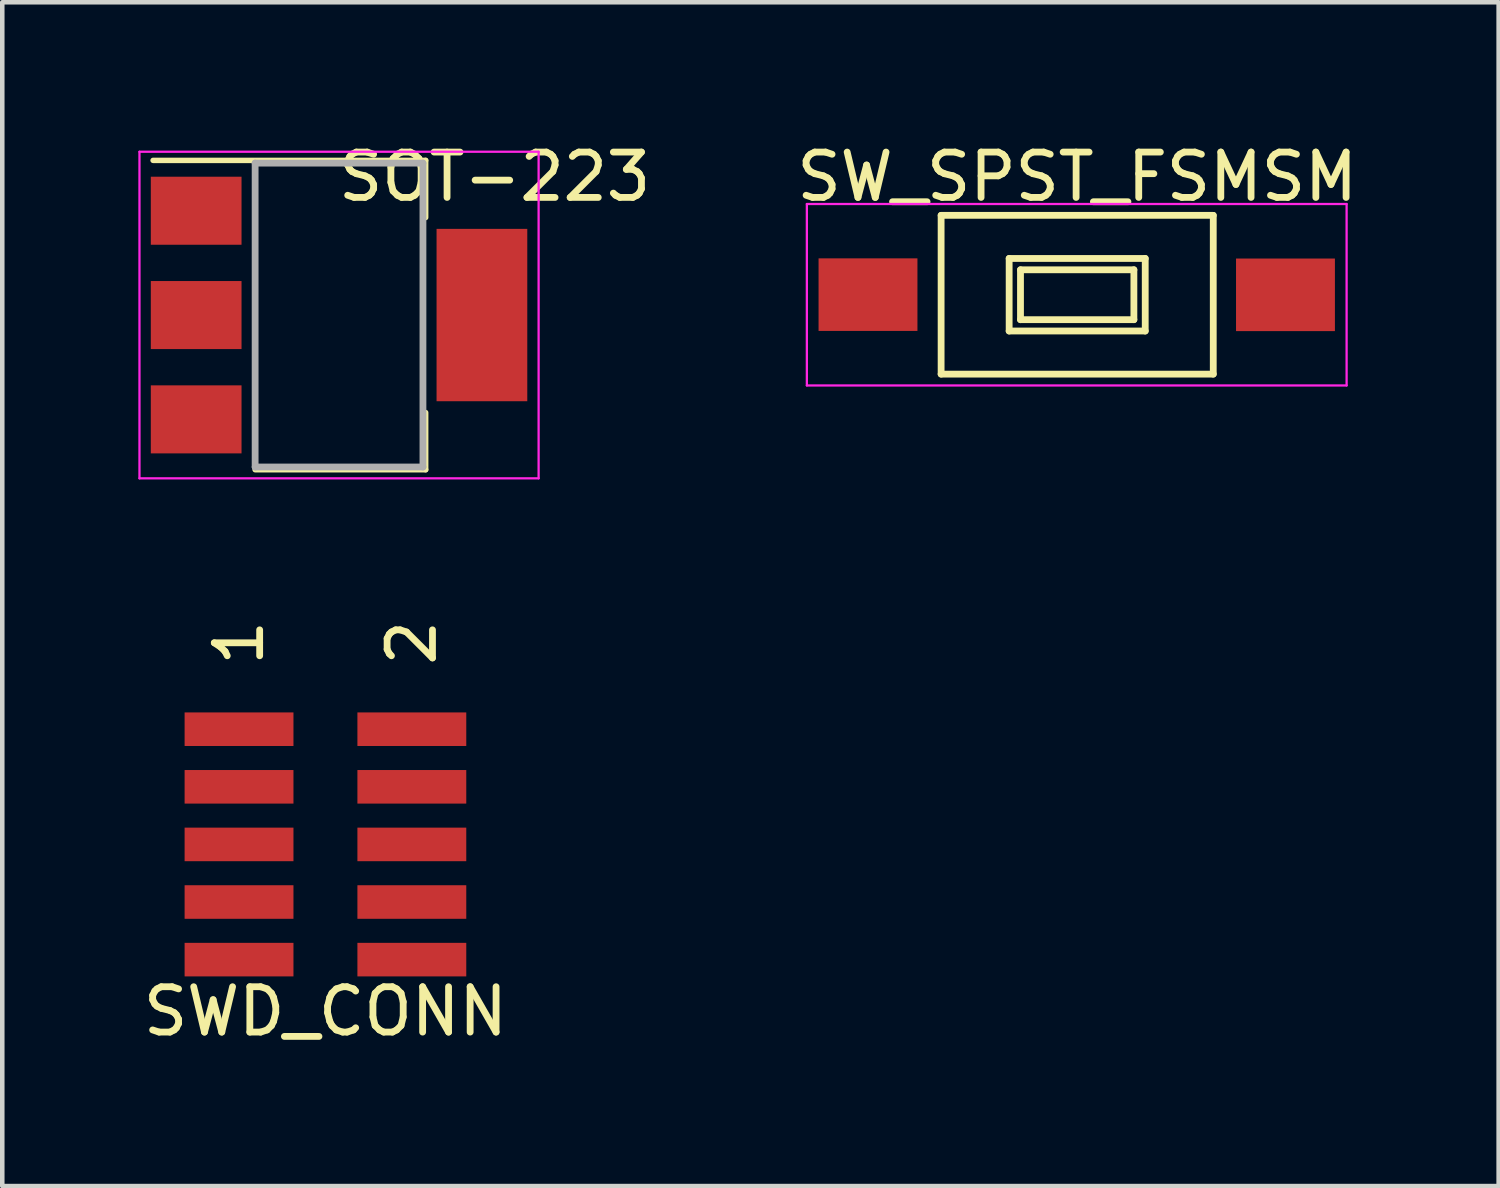
<source format=kicad_pcb>
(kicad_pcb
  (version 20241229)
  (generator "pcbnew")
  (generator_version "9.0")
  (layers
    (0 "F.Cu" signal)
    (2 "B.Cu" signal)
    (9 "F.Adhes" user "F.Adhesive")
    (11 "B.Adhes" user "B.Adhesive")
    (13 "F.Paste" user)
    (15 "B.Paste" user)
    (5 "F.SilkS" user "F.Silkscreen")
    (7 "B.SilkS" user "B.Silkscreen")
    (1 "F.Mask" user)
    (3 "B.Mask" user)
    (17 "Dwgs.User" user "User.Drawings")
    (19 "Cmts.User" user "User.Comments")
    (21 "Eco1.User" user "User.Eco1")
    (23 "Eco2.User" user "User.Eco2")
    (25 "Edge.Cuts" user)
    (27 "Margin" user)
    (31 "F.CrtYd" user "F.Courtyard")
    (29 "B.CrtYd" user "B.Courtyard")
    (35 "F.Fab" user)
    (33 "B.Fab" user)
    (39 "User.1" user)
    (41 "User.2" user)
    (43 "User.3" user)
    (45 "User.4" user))
  (footprint "SW_SPST_FSMSM"
    (layer "F.Cu")
    (at 20.689 3.448)
    (property "Reference" "SW_SPST_FSMSM" (at 0.01 -2.6 0) (layer "F.SilkS") (effects (font (size 1 1) (thickness 0.15))))
    (attr smd)
    (fp_line (start -2.99 -1.75) (end -2.99 1.75) (stroke (width 0.15) (type solid)) (layer "F.SilkS"))
    (fp_line (start -2.99 -1.75) (end 3.01 -1.75) (stroke (width 0.15) (type solid)) (layer "F.SilkS"))
    (fp_line (start -2.99 1.75) (end 3.01 1.75) (stroke (width 0.15) (type solid)) (layer "F.SilkS"))
    (fp_line (start -1.49 -0.8) (end -1.49 0.8) (stroke (width 0.15) (type solid)) (layer "F.SilkS"))
    (fp_line (start -1.49 -0.8) (end 1.51 -0.8) (stroke (width 0.15) (type solid)) (layer "F.SilkS"))
    (fp_line (start -1.49 0.8) (end 1.51 0.8) (stroke (width 0.15) (type solid)) (layer "F.SilkS"))
    (fp_line (start -1.24 -0.55) (end 1.26 -0.55) (stroke (width 0.15) (type solid)) (layer "F.SilkS"))
    (fp_line (start -1.24 0.55) (end -1.24 -0.55) (stroke (width 0.15) (type solid)) (layer "F.SilkS"))
    (fp_line (start 1.26 -0.55) (end 1.26 0.55) (stroke (width 0.15) (type solid)) (layer "F.SilkS"))
    (fp_line (start 1.26 0.55) (end -1.24 0.55) (stroke (width 0.15) (type solid)) (layer "F.SilkS"))
    (fp_line (start 1.51 -0.8) (end 1.51 0.8) (stroke (width 0.15) (type solid)) (layer "F.SilkS"))
    (fp_line (start 3.01 -1.75) (end 3.01 1.75) (stroke (width 0.15) (type solid)) (layer "F.SilkS"))
    (fp_line (start -5.95 -2) (end -5.95 2) (stroke (width 0.05) (type solid)) (layer "F.CrtYd"))
    (fp_line (start -5.95 -2) (end 5.95 -2) (stroke (width 0.05) (type solid)) (layer "F.CrtYd"))
    (fp_line (start -5.95 2) (end 5.95 2) (stroke (width 0.05) (type solid)) (layer "F.CrtYd"))
    (fp_line (start 5.95 -2) (end 5.95 2) (stroke (width 0.05) (type solid)) (layer "F.CrtYd"))
    (pad "1" smd rect (at -4.602 -0.002) (size 2.18 1.6) (layers "F.Cu" "F.Mask" "F.Paste"))
    (pad "2" smd rect (at 4.602 0.002) (size 2.18 1.6) (layers "F.Cu" "F.Mask" "F.Paste")))
  (footprint "SWD_CONN"
    (layer "F.Cu")
    (at 4.125 15.567)
    (property "Reference" "SWD_CONN" (at 0 3.683 0) (layer "F.SilkS") (effects (font (size 1 1) (thickness 0.15))))
    (attr smd)
    (fp_text user "2" (at 1.905 -4.445 90) (layer "F.SilkS") (effects (font (size 1 1) (thickness 0.15))))
    (fp_text user "1" (at -1.905 -4.445 90) (layer "F.SilkS") (effects (font (size 1 1) (thickness 0.15))))
    (pad "1" smd rect (at -1.905 -2.54) (size 2.4 0.74) (layers "F.Cu" "F.Mask" "F.Paste"))
    (pad "2" smd rect (at 1.905 -2.54) (size 2.4 0.74) (layers "F.Cu" "F.Mask" "F.Paste"))
    (pad "3" smd rect (at -1.905 -1.27) (size 2.4 0.74) (layers "F.Cu" "F.Mask" "F.Paste"))
    (pad "4" smd rect (at 1.905 -1.27) (size 2.4 0.74) (layers "F.Cu" "F.Mask" "F.Paste"))
    (pad "5" smd rect (at -1.905 0) (size 2.4 0.74) (layers "F.Cu" "F.Mask" "F.Paste"))
    (pad "6" smd rect (at 1.905 0) (size 2.4 0.74) (layers "F.Cu" "F.Mask" "F.Paste"))
    (pad "7" smd rect (at -1.905 1.27) (size 2.4 0.74) (layers "F.Cu" "F.Mask" "F.Paste"))
    (pad "8" smd rect (at 1.905 1.27) (size 2.4 0.74) (layers "F.Cu" "F.Mask" "F.Paste"))
    (pad "9" smd rect (at -1.905 2.54) (size 2.4 0.74) (layers "F.Cu" "F.Mask" "F.Paste"))
    (pad "10" smd rect (at 1.905 2.54) (size 2.4 0.74) (layers "F.Cu" "F.Mask" "F.Paste")))
  (footprint "SOT-223"
    (layer "F.Cu")
    (at 4.425 3.896)
    (property "Reference" "SOT-223" (at 3.429 -3.048 0) (layer "F.SilkS") (effects (font (size 1 1) (thickness 0.15))))
    (attr smd)
    (fp_line (start -4.1 -3.41) (end 1.91 -3.41) (stroke (width 0.12) (type solid)) (layer "F.SilkS"))
    (fp_line (start -1.85 3.41) (end 1.91 3.41) (stroke (width 0.12) (type solid)) (layer "F.SilkS"))
    (fp_line (start 1.91 -3.41) (end 1.91 -2.15) (stroke (width 0.12) (type solid)) (layer "F.SilkS"))
    (fp_line (start 1.91 3.41) (end 1.91 2.15) (stroke (width 0.12) (type solid)) (layer "F.SilkS"))
    (fp_line (start -4.4 -3.6) (end -4.4 3.6) (stroke (width 0.05) (type solid)) (layer "F.CrtYd"))
    (fp_line (start -4.4 3.6) (end 4.4 3.6) (stroke (width 0.05) (type solid)) (layer "F.CrtYd"))
    (fp_line (start 4.4 -3.6) (end -4.4 -3.6) (stroke (width 0.05) (type solid)) (layer "F.CrtYd"))
    (fp_line (start 4.4 3.6) (end 4.4 -3.6) (stroke (width 0.05) (type solid)) (layer "F.CrtYd"))
    (fp_line (start -1.85 -3.35) (end -1.85 3.35) (stroke (width 0.15) (type solid)) (layer "F.Fab"))
    (fp_line (start -1.85 -3.35) (end 1.85 -3.35) (stroke (width 0.15) (type solid)) (layer "F.Fab"))
    (fp_line (start -1.85 3.35) (end 1.85 3.35) (stroke (width 0.15) (type solid)) (layer "F.Fab"))
    (fp_line (start 1.85 -3.35) (end 1.85 3.35) (stroke (width 0.15) (type solid)) (layer "F.Fab"))
    (pad "1" smd rect (at -3.15 -2.3) (size 2 1.5) (layers "F.Cu" "F.Mask" "F.Paste"))
    (pad "2" smd rect (at -3.15 0) (size 2 1.5) (layers "F.Cu" "F.Mask" "F.Paste"))
    (pad "3" smd rect (at -3.15 2.3) (size 2 1.5) (layers "F.Cu" "F.Mask" "F.Paste"))
    (pad "4" smd rect (at 3.15 0) (size 2 3.8) (layers "F.Cu" "F.Mask" "F.Paste")))
  (gr_rect
    (start -3 -3)
    (end 29.991 23.099)
    (stroke (width 0.1) (type default))
    (fill no)
    (layer "Edge.Cuts")))
</source>
